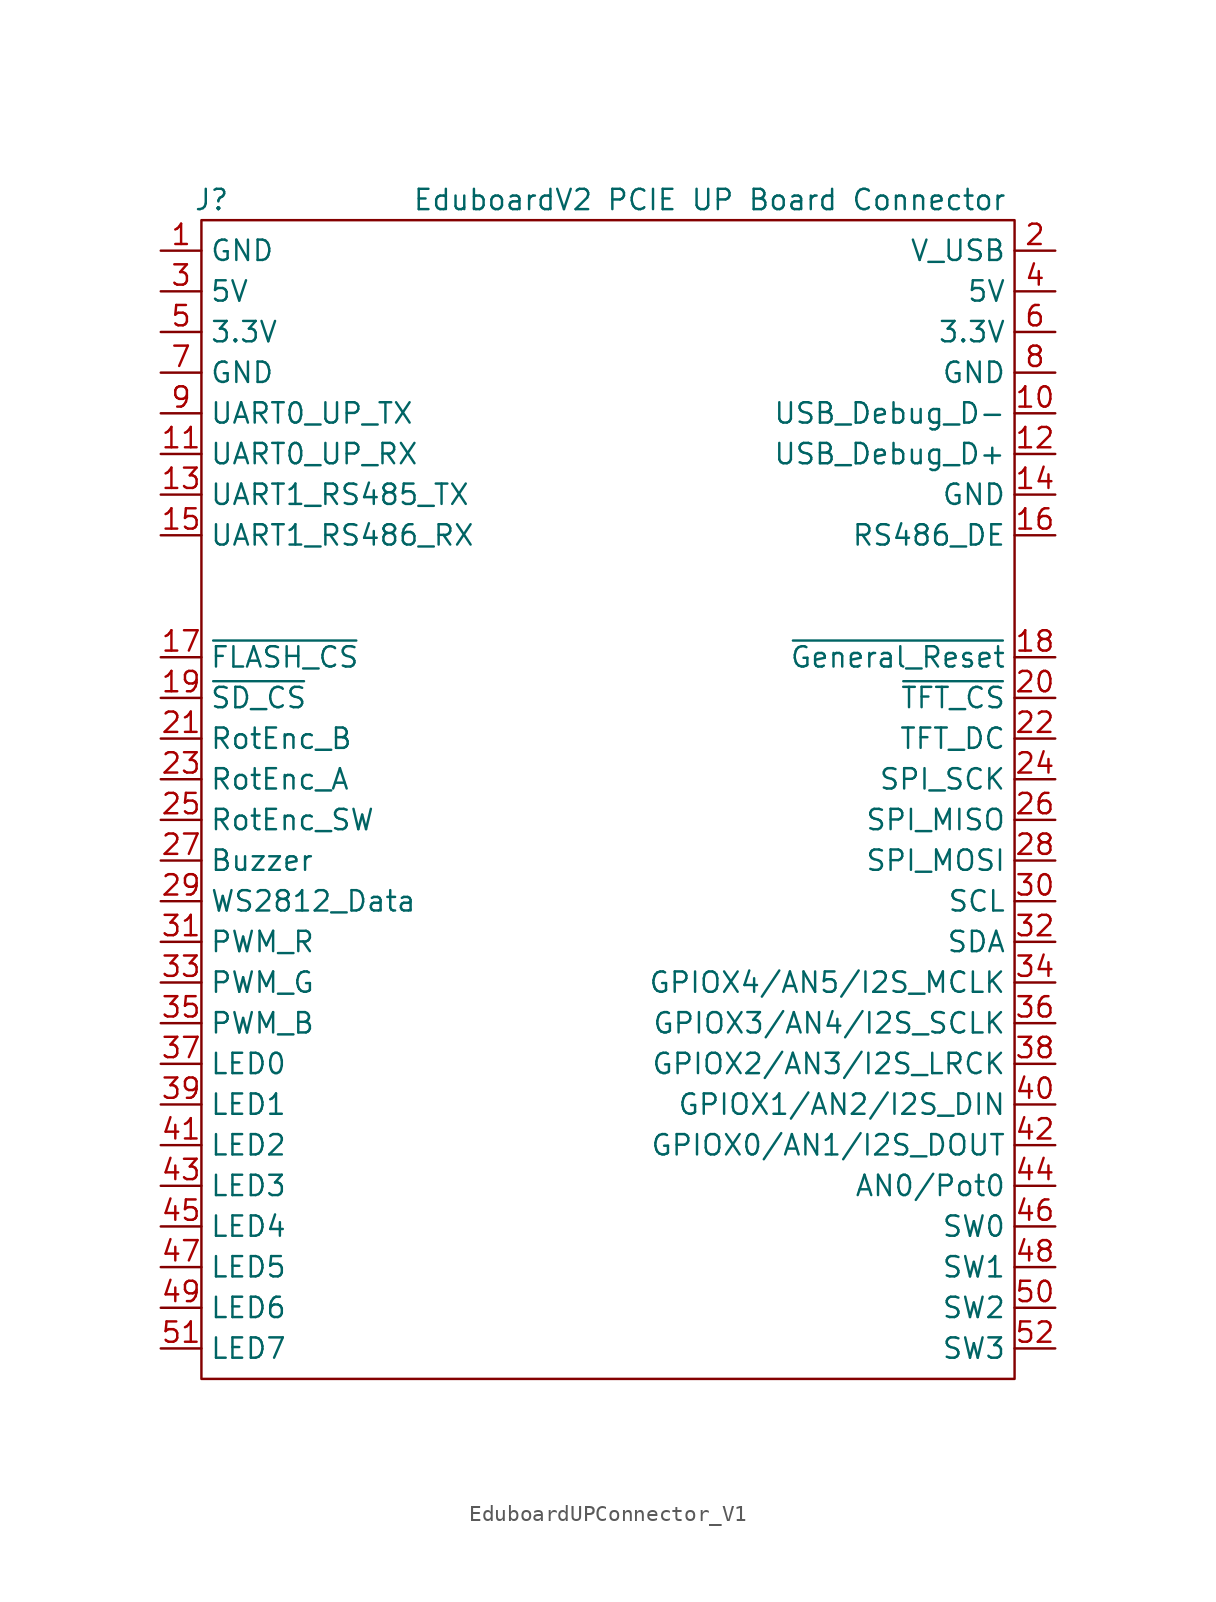
<source format=kicad_sym>
(kicad_symbol_lib
  (version 20220914)
  (generator kicad_symbol_editor)
  (symbol "EduboardUPConnector_V1"
    (property "Reference" "J"
      (at -18.415 3.175 0)
      (effects (font (size 1.27 1.27))))
    (property "Value" "EduboardV2 PCIE UP Board Connector"
      (at 12.7 3.175 0)
      (effects (font (size 1.27 1.27))))
    (symbol "EduboardUPConnector_V1_0_1"
      (rectangle (start -19.05 1.905) (end 31.75 -70.485) (stroke (width 0) (type default)) (fill (type none))))
    (symbol "EduboardUPConnector_V1_1_1"
      (pin power_in line (at -21.59 0 0) (length 2.54) (name "GND" (effects (font (size 1.27 1.27)))) (number "1" (effects (font (size 1.27 1.27)))))
      (pin bidirectional line (at 34.29 -10.16 180) (length 2.54) (name "USB_Debug_D-" (effects (font (size 1.27 1.27)))) (number "10" (effects (font (size 1.27 1.27)))))
      (pin input line (at -21.59 -12.7 0) (length 2.54) (name "UART0_UP_RX" (effects (font (size 1.27 1.27)))) (number "11" (effects (font (size 1.27 1.27)))))
      (pin bidirectional line (at 34.29 -12.7 180) (length 2.54) (name "USB_Debug_D+" (effects (font (size 1.27 1.27)))) (number "12" (effects (font (size 1.27 1.27)))))
      (pin output line (at -21.59 -15.24 0) (length 2.54) (name "UART1_RS485_TX" (effects (font (size 1.27 1.27)))) (number "13" (effects (font (size 1.27 1.27)))))
      (pin power_in line (at 34.29 -15.24 180) (length 2.54) (name "GND" (effects (font (size 1.27 1.27)))) (number "14" (effects (font (size 1.27 1.27)))))
      (pin input line (at -21.59 -17.78 0) (length 2.54) (name "UART1_RS486_RX" (effects (font (size 1.27 1.27)))) (number "15" (effects (font (size 1.27 1.27)))))
      (pin output line (at 34.29 -17.78 180) (length 2.54) (name "RS486_DE" (effects (font (size 1.27 1.27)))) (number "16" (effects (font (size 1.27 1.27)))))
      (pin output line (at -21.59 -25.4 0) (length 2.54) (name "~{FLASH_CS}" (effects (font (size 1.27 1.27)))) (number "17" (effects (font (size 1.27 1.27)))))
      (pin output line (at 34.29 -25.4 180) (length 2.54) (name "~{General_Reset}" (effects (font (size 1.27 1.27)))) (number "18" (effects (font (size 1.27 1.27)))))
      (pin output line (at -21.59 -27.94 0) (length 2.54) (name "~{SD_CS}" (effects (font (size 1.27 1.27)))) (number "19" (effects (font (size 1.27 1.27)))))
      (pin power_in line (at 34.29 0 180) (length 2.54) (name "V_USB" (effects (font (size 1.27 1.27)))) (number "2" (effects (font (size 1.27 1.27)))))
      (pin output line (at 34.29 -27.94 180) (length 2.54) (name "~{TFT_CS}" (effects (font (size 1.27 1.27)))) (number "20" (effects (font (size 1.27 1.27)))))
      (pin input line (at -21.59 -30.48 0) (length 2.54) (name "RotEnc_B" (effects (font (size 1.27 1.27)))) (number "21" (effects (font (size 1.27 1.27)))))
      (pin output line (at 34.29 -30.48 180) (length 2.54) (name "TFT_DC" (effects (font (size 1.27 1.27)))) (number "22" (effects (font (size 1.27 1.27)))))
      (pin input line (at -21.59 -33.02 0) (length 2.54) (name "RotEnc_A" (effects (font (size 1.27 1.27)))) (number "23" (effects (font (size 1.27 1.27)))))
      (pin output line (at 34.29 -33.02 180) (length 2.54) (name "SPI_SCK" (effects (font (size 1.27 1.27)))) (number "24" (effects (font (size 1.27 1.27)))))
      (pin input line (at -21.59 -35.56 0) (length 2.54) (name "RotEnc_SW" (effects (font (size 1.27 1.27)))) (number "25" (effects (font (size 1.27 1.27)))))
      (pin input line (at 34.29 -35.56 180) (length 2.54) (name "SPI_MISO" (effects (font (size 1.27 1.27)))) (number "26" (effects (font (size 1.27 1.27)))))
      (pin output line (at -21.59 -38.1 0) (length 2.54) (name "Buzzer" (effects (font (size 1.27 1.27)))) (number "27" (effects (font (size 1.27 1.27)))))
      (pin output line (at 34.29 -38.1 180) (length 2.54) (name "SPI_MOSI" (effects (font (size 1.27 1.27)))) (number "28" (effects (font (size 1.27 1.27)))))
      (pin output line (at -21.59 -40.64 0) (length 2.54) (name "WS2812_Data" (effects (font (size 1.27 1.27)))) (number "29" (effects (font (size 1.27 1.27)))))
      (pin power_in line (at -21.59 -2.54 0) (length 2.54) (name "5V" (effects (font (size 1.27 1.27)))) (number "3" (effects (font (size 1.27 1.27)))))
      (pin output line (at 34.29 -40.64 180) (length 2.54) (name "SCL" (effects (font (size 1.27 1.27)))) (number "30" (effects (font (size 1.27 1.27)))))
      (pin output line (at -21.59 -43.18 0) (length 2.54) (name "PWM_R" (effects (font (size 1.27 1.27)))) (number "31" (effects (font (size 1.27 1.27)))))
      (pin bidirectional line (at 34.29 -43.18 180) (length 2.54) (name "SDA" (effects (font (size 1.27 1.27)))) (number "32" (effects (font (size 1.27 1.27)))))
      (pin output line (at -21.59 -45.72 0) (length 2.54) (name "PWM_G" (effects (font (size 1.27 1.27)))) (number "33" (effects (font (size 1.27 1.27)))))
      (pin bidirectional line (at 34.29 -45.72 180) (length 2.54) (name "GPIOX4/AN5/I2S_MCLK" (effects (font (size 1.27 1.27)))) (number "34" (effects (font (size 1.27 1.27)))))
      (pin output line (at -21.59 -48.26 0) (length 2.54) (name "PWM_B" (effects (font (size 1.27 1.27)))) (number "35" (effects (font (size 1.27 1.27)))))
      (pin bidirectional line (at 34.29 -48.26 180) (length 2.54) (name "GPIOX3/AN4/I2S_SCLK" (effects (font (size 1.27 1.27)))) (number "36" (effects (font (size 1.27 1.27)))))
      (pin output line (at -21.59 -50.8 0) (length 2.54) (name "LED0" (effects (font (size 1.27 1.27)))) (number "37" (effects (font (size 1.27 1.27)))))
      (pin bidirectional line (at 34.29 -50.8 180) (length 2.54) (name "GPIOX2/AN3/I2S_LRCK" (effects (font (size 1.27 1.27)))) (number "38" (effects (font (size 1.27 1.27)))))
      (pin output line (at -21.59 -53.34 0) (length 2.54) (name "LED1" (effects (font (size 1.27 1.27)))) (number "39" (effects (font (size 1.27 1.27)))))
      (pin power_in line (at 34.29 -2.54 180) (length 2.54) (name "5V" (effects (font (size 1.27 1.27)))) (number "4" (effects (font (size 1.27 1.27)))))
      (pin bidirectional line (at 34.29 -53.34 180) (length 2.54) (name "GPIOX1/AN2/I2S_DIN" (effects (font (size 1.27 1.27)))) (number "40" (effects (font (size 1.27 1.27)))))
      (pin output line (at -21.59 -55.88 0) (length 2.54) (name "LED2" (effects (font (size 1.27 1.27)))) (number "41" (effects (font (size 1.27 1.27)))))
      (pin bidirectional line (at 34.29 -55.88 180) (length 2.54) (name "GPIOX0/AN1/I2S_DOUT" (effects (font (size 1.27 1.27)))) (number "42" (effects (font (size 1.27 1.27)))))
      (pin output line (at -21.59 -58.42 0) (length 2.54) (name "LED3" (effects (font (size 1.27 1.27)))) (number "43" (effects (font (size 1.27 1.27)))))
      (pin input line (at 34.29 -58.42 180) (length 2.54) (name "AN0/Pot0" (effects (font (size 1.27 1.27)))) (number "44" (effects (font (size 1.27 1.27)))))
      (pin output line (at -21.59 -60.96 0) (length 2.54) (name "LED4" (effects (font (size 1.27 1.27)))) (number "45" (effects (font (size 1.27 1.27)))))
      (pin input line (at 34.29 -60.96 180) (length 2.54) (name "SW0" (effects (font (size 1.27 1.27)))) (number "46" (effects (font (size 1.27 1.27)))))
      (pin output line (at -21.59 -63.5 0) (length 2.54) (name "LED5" (effects (font (size 1.27 1.27)))) (number "47" (effects (font (size 1.27 1.27)))))
      (pin input line (at 34.29 -63.5 180) (length 2.54) (name "SW1" (effects (font (size 1.27 1.27)))) (number "48" (effects (font (size 1.27 1.27)))))
      (pin output line (at -21.59 -66.04 0) (length 2.54) (name "LED6" (effects (font (size 1.27 1.27)))) (number "49" (effects (font (size 1.27 1.27)))))
      (pin power_in line (at -21.59 -5.08 0) (length 2.54) (name "3.3V" (effects (font (size 1.27 1.27)))) (number "5" (effects (font (size 1.27 1.27)))))
      (pin input line (at 34.29 -66.04 180) (length 2.54) (name "SW2" (effects (font (size 1.27 1.27)))) (number "50" (effects (font (size 1.27 1.27)))))
      (pin output line (at -21.59 -68.58 0) (length 2.54) (name "LED7" (effects (font (size 1.27 1.27)))) (number "51" (effects (font (size 1.27 1.27)))))
      (pin input line (at 34.29 -68.58 180) (length 2.54) (name "SW3" (effects (font (size 1.27 1.27)))) (number "52" (effects (font (size 1.27 1.27)))))
      (pin power_in line (at 34.29 -5.08 180) (length 2.54) (name "3.3V" (effects (font (size 1.27 1.27)))) (number "6" (effects (font (size 1.27 1.27)))))
      (pin power_in line (at -21.59 -7.62 0) (length 2.54) (name "GND" (effects (font (size 1.27 1.27)))) (number "7" (effects (font (size 1.27 1.27)))))
      (pin power_in line (at 34.29 -7.62 180) (length 2.54) (name "GND" (effects (font (size 1.27 1.27)))) (number "8" (effects (font (size 1.27 1.27)))))
      (pin output line (at -21.59 -10.16 0) (length 2.54) (name "UART0_UP_TX" (effects (font (size 1.27 1.27)))) (number "9" (effects (font (size 1.27 1.27))))))))
</source>
